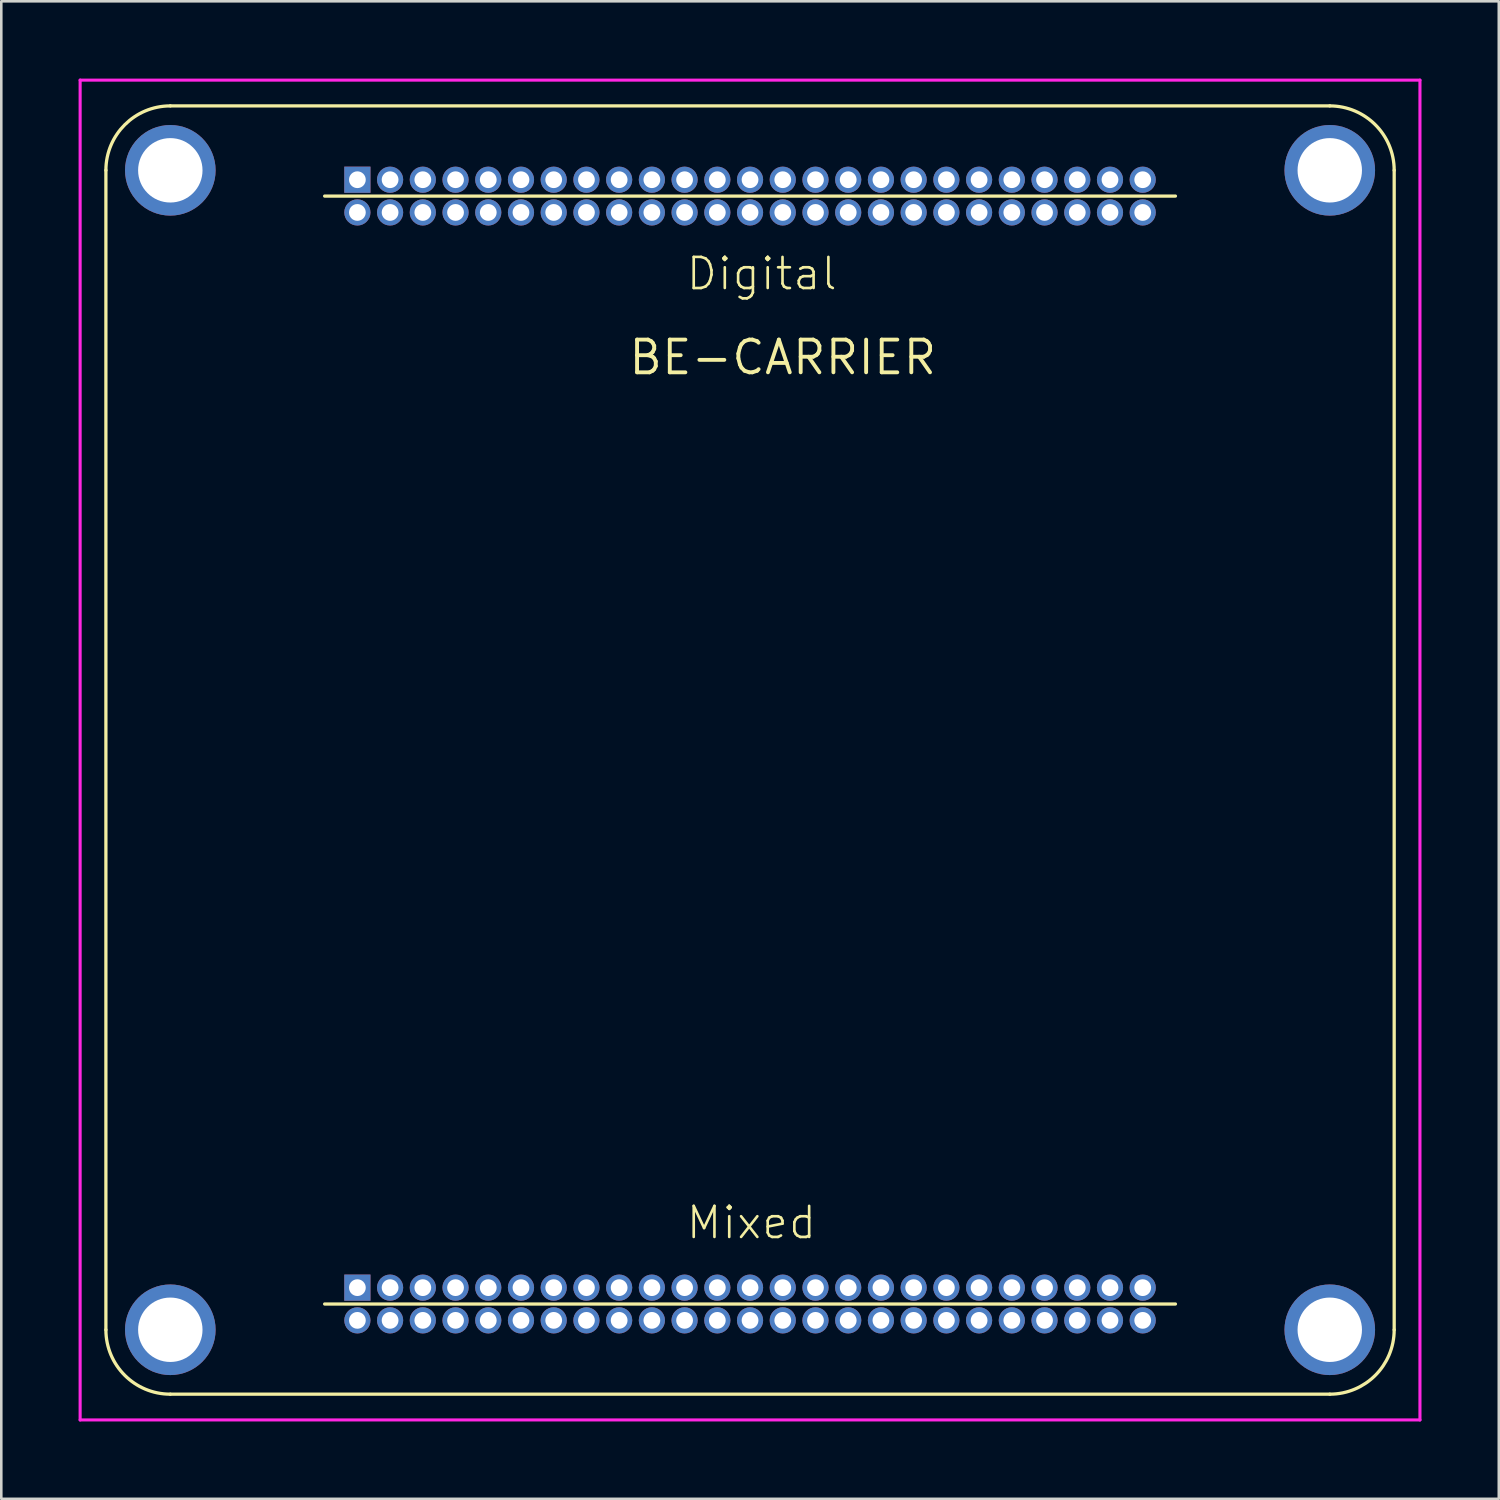
<source format=kicad_pcb>
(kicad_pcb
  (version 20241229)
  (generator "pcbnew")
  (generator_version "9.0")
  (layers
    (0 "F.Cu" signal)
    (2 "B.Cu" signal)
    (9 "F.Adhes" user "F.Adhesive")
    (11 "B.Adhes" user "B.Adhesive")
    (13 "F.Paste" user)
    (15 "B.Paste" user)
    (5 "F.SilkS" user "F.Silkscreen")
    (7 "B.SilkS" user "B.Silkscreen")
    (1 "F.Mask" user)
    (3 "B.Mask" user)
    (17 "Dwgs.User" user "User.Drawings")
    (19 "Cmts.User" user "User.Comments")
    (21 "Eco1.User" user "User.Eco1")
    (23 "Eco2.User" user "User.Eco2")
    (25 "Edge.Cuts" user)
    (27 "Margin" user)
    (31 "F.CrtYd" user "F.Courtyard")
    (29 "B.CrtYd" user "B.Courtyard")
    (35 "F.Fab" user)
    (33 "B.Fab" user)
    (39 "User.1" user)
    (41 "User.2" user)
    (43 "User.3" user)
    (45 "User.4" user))
  (footprint "BE-CARRIER"
    (layer "F.Cu")
    (at 10.82 3.835)
    (property "Reference" "BE-CARRIER" (at 16.51 6.985 0) (layer "F.SilkS") (effects (font (size 1.27 1.27) (thickness 0.15))))
    (attr through_hole)
    (fp_line (start -9.76 44.725) (end -9.76 -0.275) (stroke (width 0.127) (type solid)) (layer "F.SilkS"))
    (fp_line (start -7.26 -2.775) (end 37.74 -2.775) (stroke (width 0.127) (type solid)) (layer "F.SilkS"))
    (fp_line (start -1.27 0.725) (end 31.75 0.725) (stroke (width 0.127) (type solid)) (layer "F.SilkS"))
    (fp_line (start -1.27 43.725) (end 31.75 43.725) (stroke (width 0.127) (type solid)) (layer "F.SilkS"))
    (fp_line (start 37.74 47.225) (end -7.26 47.225) (stroke (width 0.127) (type solid)) (layer "F.SilkS"))
    (fp_line (start 40.24 -0.275) (end 40.24 44.725) (stroke (width 0.127) (type solid)) (layer "F.SilkS"))
    (fp_arc (start -9.76 -0.275) (mid -9.027767 -2.042767) (end -7.26 -2.775) (stroke (width 0.127) (type solid)) (layer "F.SilkS"))
    (fp_arc (start -7.26 47.225) (mid -9.027767 46.492767) (end -9.76 44.725) (stroke (width 0.127) (type solid)) (layer "F.SilkS"))
    (fp_arc (start 37.74 -2.775) (mid 39.507767 -2.042767) (end 40.24 -0.275) (stroke (width 0.127) (type solid)) (layer "F.SilkS"))
    (fp_arc (start 40.24 44.725) (mid 39.507767 46.492767) (end 37.74 47.225) (stroke (width 0.127) (type solid)) (layer "F.SilkS"))
    (fp_line (start -10.76 -3.775) (end -10.76 48.225) (stroke (width 0.12) (type solid)) (layer "F.CrtYd"))
    (fp_line (start -10.76 48.225) (end 41.24 48.225) (stroke (width 0.12) (type solid)) (layer "F.CrtYd"))
    (fp_line (start 41.24 -3.775) (end -10.76 -3.775) (stroke (width 0.12) (type solid)) (layer "F.CrtYd"))
    (fp_line (start 41.24 48.225) (end 41.24 -3.775) (stroke (width 0.12) (type solid)) (layer "F.CrtYd"))
    (fp_text user "Digital" (at 12.7 4.445 0) (layer "F.SilkS") (effects (font (size 1.206 1.206) (thickness 0.102)) (justify left bottom)))
    (fp_text user "Mixed" (at 12.7 41.275 0) (layer "F.SilkS") (effects (font (size 1.206 1.206) (thickness 0.102)) (justify left bottom)))
    (pad "1" thru_hole rect (at 0 0.09) (size 1.016 1.016) (drill 0.65) (layers "*.Cu" "*.Mask"))
    (pad "2" thru_hole circle (at 1.27 0.09) (size 1.016 1.016) (drill 0.65) (layers "*.Cu" "*.Mask"))
    (pad "3" thru_hole circle (at 2.54 0.09) (size 1.016 1.016) (drill 0.65) (layers "*.Cu" "*.Mask"))
    (pad "4" thru_hole circle (at 3.81 0.09) (size 1.016 1.016) (drill 0.65) (layers "*.Cu" "*.Mask"))
    (pad "5" thru_hole circle (at 5.08 0.09) (size 1.016 1.016) (drill 0.65) (layers "*.Cu" "*.Mask"))
    (pad "6" thru_hole circle (at 6.35 0.09) (size 1.016 1.016) (drill 0.65) (layers "*.Cu" "*.Mask"))
    (pad "7" thru_hole circle (at 7.62 0.09) (size 1.016 1.016) (drill 0.65) (layers "*.Cu" "*.Mask"))
    (pad "8" thru_hole circle (at 8.89 0.09) (size 1.016 1.016) (drill 0.65) (layers "*.Cu" "*.Mask"))
    (pad "9" thru_hole circle (at 10.16 0.09) (size 1.016 1.016) (drill 0.65) (layers "*.Cu" "*.Mask"))
    (pad "10" thru_hole circle (at 11.43 0.09) (size 1.016 1.016) (drill 0.65) (layers "*.Cu" "*.Mask"))
    (pad "11" thru_hole circle (at 12.7 0.09) (size 1.016 1.016) (drill 0.65) (layers "*.Cu" "*.Mask"))
    (pad "12" thru_hole circle (at 13.97 0.09) (size 1.016 1.016) (drill 0.65) (layers "*.Cu" "*.Mask"))
    (pad "13" thru_hole circle (at 15.24 0.09) (size 1.016 1.016) (drill 0.65) (layers "*.Cu" "*.Mask"))
    (pad "14" thru_hole circle (at 16.51 0.09) (size 1.016 1.016) (drill 0.65) (layers "*.Cu" "*.Mask"))
    (pad "15" thru_hole circle (at 17.78 0.09) (size 1.016 1.016) (drill 0.65) (layers "*.Cu" "*.Mask"))
    (pad "16" thru_hole circle (at 19.05 0.09) (size 1.016 1.016) (drill 0.65) (layers "*.Cu" "*.Mask"))
    (pad "17" thru_hole circle (at 20.32 0.09) (size 1.016 1.016) (drill 0.65) (layers "*.Cu" "*.Mask"))
    (pad "18" thru_hole circle (at 21.59 0.09) (size 1.016 1.016) (drill 0.65) (layers "*.Cu" "*.Mask"))
    (pad "19" thru_hole circle (at 22.86 0.09) (size 1.016 1.016) (drill 0.65) (layers "*.Cu" "*.Mask"))
    (pad "20" thru_hole circle (at 24.13 0.09) (size 1.016 1.016) (drill 0.65) (layers "*.Cu" "*.Mask"))
    (pad "21" thru_hole circle (at 25.4 0.09) (size 1.016 1.016) (drill 0.65) (layers "*.Cu" "*.Mask"))
    (pad "22" thru_hole circle (at 26.67 0.09) (size 1.016 1.016) (drill 0.65) (layers "*.Cu" "*.Mask"))
    (pad "23" thru_hole circle (at 27.94 0.09) (size 1.016 1.016) (drill 0.65) (layers "*.Cu" "*.Mask"))
    (pad "24" thru_hole circle (at 29.21 0.09) (size 1.016 1.016) (drill 0.65) (layers "*.Cu" "*.Mask"))
    (pad "25" thru_hole circle (at 30.48 0.09) (size 1.016 1.016) (drill 0.65) (layers "*.Cu" "*.Mask"))
    (pad "26" thru_hole circle (at 0 1.36) (size 1.016 1.016) (drill 0.65) (layers "*.Cu" "*.Mask"))
    (pad "27" thru_hole circle (at 1.27 1.36) (size 1.016 1.016) (drill 0.65) (layers "*.Cu" "*.Mask"))
    (pad "28" thru_hole circle (at 2.54 1.36) (size 1.016 1.016) (drill 0.65) (layers "*.Cu" "*.Mask"))
    (pad "29" thru_hole circle (at 3.81 1.36) (size 1.016 1.016) (drill 0.65) (layers "*.Cu" "*.Mask"))
    (pad "30" thru_hole circle (at 5.08 1.36) (size 1.016 1.016) (drill 0.65) (layers "*.Cu" "*.Mask"))
    (pad "31" thru_hole circle (at 6.35 1.36) (size 1.016 1.016) (drill 0.65) (layers "*.Cu" "*.Mask"))
    (pad "32" thru_hole circle (at 7.62 1.36) (size 1.016 1.016) (drill 0.65) (layers "*.Cu" "*.Mask"))
    (pad "33" thru_hole circle (at 8.89 1.36) (size 1.016 1.016) (drill 0.65) (layers "*.Cu" "*.Mask"))
    (pad "34" thru_hole circle (at 10.16 1.36) (size 1.016 1.016) (drill 0.65) (layers "*.Cu" "*.Mask"))
    (pad "35" thru_hole circle (at 11.43 1.36) (size 1.016 1.016) (drill 0.65) (layers "*.Cu" "*.Mask"))
    (pad "36" thru_hole circle (at 12.7 1.36) (size 1.016 1.016) (drill 0.65) (layers "*.Cu" "*.Mask"))
    (pad "37" thru_hole circle (at 13.97 1.36) (size 1.016 1.016) (drill 0.65) (layers "*.Cu" "*.Mask"))
    (pad "38" thru_hole circle (at 15.24 1.36) (size 1.016 1.016) (drill 0.65) (layers "*.Cu" "*.Mask"))
    (pad "39" thru_hole circle (at 16.51 1.36) (size 1.016 1.016) (drill 0.65) (layers "*.Cu" "*.Mask"))
    (pad "40" thru_hole circle (at 17.78 1.36) (size 1.016 1.016) (drill 0.65) (layers "*.Cu" "*.Mask"))
    (pad "41" thru_hole circle (at 19.05 1.36) (size 1.016 1.016) (drill 0.65) (layers "*.Cu" "*.Mask"))
    (pad "42" thru_hole circle (at 20.32 1.36) (size 1.016 1.016) (drill 0.65) (layers "*.Cu" "*.Mask"))
    (pad "43" thru_hole circle (at 21.59 1.36) (size 1.016 1.016) (drill 0.65) (layers "*.Cu" "*.Mask"))
    (pad "44" thru_hole circle (at 22.86 1.36) (size 1.016 1.016) (drill 0.65) (layers "*.Cu" "*.Mask"))
    (pad "45" thru_hole circle (at 24.13 1.36) (size 1.016 1.016) (drill 0.65) (layers "*.Cu" "*.Mask"))
    (pad "46" thru_hole circle (at 25.4 1.36) (size 1.016 1.016) (drill 0.65) (layers "*.Cu" "*.Mask"))
    (pad "47" thru_hole circle (at 26.67 1.36) (size 1.016 1.016) (drill 0.65) (layers "*.Cu" "*.Mask"))
    (pad "48" thru_hole circle (at 27.94 1.36) (size 1.016 1.016) (drill 0.65) (layers "*.Cu" "*.Mask"))
    (pad "49" thru_hole circle (at 29.21 1.36) (size 1.016 1.016) (drill 0.65) (layers "*.Cu" "*.Mask"))
    (pad "50" thru_hole circle (at 30.48 1.36) (size 1.016 1.016) (drill 0.65) (layers "*.Cu" "*.Mask"))
    (pad "51" thru_hole rect (at 0 43.09) (size 1.016 1.016) (drill 0.65) (layers "*.Cu" "*.Mask"))
    (pad "52" thru_hole circle (at 1.27 43.09) (size 1.016 1.016) (drill 0.65) (layers "*.Cu" "*.Mask"))
    (pad "53" thru_hole circle (at 2.54 43.09) (size 1.016 1.016) (drill 0.65) (layers "*.Cu" "*.Mask"))
    (pad "54" thru_hole circle (at 3.81 43.09) (size 1.016 1.016) (drill 0.65) (layers "*.Cu" "*.Mask"))
    (pad "55" thru_hole circle (at 5.08 43.09) (size 1.016 1.016) (drill 0.65) (layers "*.Cu" "*.Mask"))
    (pad "56" thru_hole circle (at 6.35 43.09) (size 1.016 1.016) (drill 0.65) (layers "*.Cu" "*.Mask"))
    (pad "57" thru_hole circle (at 7.62 43.09) (size 1.016 1.016) (drill 0.65) (layers "*.Cu" "*.Mask"))
    (pad "58" thru_hole circle (at 8.89 43.09) (size 1.016 1.016) (drill 0.65) (layers "*.Cu" "*.Mask"))
    (pad "59" thru_hole circle (at 10.16 43.09) (size 1.016 1.016) (drill 0.65) (layers "*.Cu" "*.Mask"))
    (pad "60" thru_hole circle (at 11.43 43.09) (size 1.016 1.016) (drill 0.65) (layers "*.Cu" "*.Mask"))
    (pad "61" thru_hole circle (at 12.7 43.09) (size 1.016 1.016) (drill 0.65) (layers "*.Cu" "*.Mask"))
    (pad "62" thru_hole circle (at 13.97 43.09) (size 1.016 1.016) (drill 0.65) (layers "*.Cu" "*.Mask"))
    (pad "63" thru_hole circle (at 15.24 43.09) (size 1.016 1.016) (drill 0.65) (layers "*.Cu" "*.Mask"))
    (pad "64" thru_hole circle (at 16.51 43.09) (size 1.016 1.016) (drill 0.65) (layers "*.Cu" "*.Mask"))
    (pad "65" thru_hole circle (at 17.78 43.09) (size 1.016 1.016) (drill 0.65) (layers "*.Cu" "*.Mask"))
    (pad "66" thru_hole circle (at 19.05 43.09) (size 1.016 1.016) (drill 0.65) (layers "*.Cu" "*.Mask"))
    (pad "67" thru_hole circle (at 20.32 43.09) (size 1.016 1.016) (drill 0.65) (layers "*.Cu" "*.Mask"))
    (pad "68" thru_hole circle (at 21.59 43.09) (size 1.016 1.016) (drill 0.65) (layers "*.Cu" "*.Mask"))
    (pad "69" thru_hole circle (at 22.86 43.09) (size 1.016 1.016) (drill 0.65) (layers "*.Cu" "*.Mask"))
    (pad "70" thru_hole circle (at 24.13 43.09) (size 1.016 1.016) (drill 0.65) (layers "*.Cu" "*.Mask"))
    (pad "71" thru_hole circle (at 25.4 43.09) (size 1.016 1.016) (drill 0.65) (layers "*.Cu" "*.Mask"))
    (pad "72" thru_hole circle (at 26.67 43.09) (size 1.016 1.016) (drill 0.65) (layers "*.Cu" "*.Mask"))
    (pad "73" thru_hole circle (at 27.94 43.09) (size 1.016 1.016) (drill 0.65) (layers "*.Cu" "*.Mask"))
    (pad "74" thru_hole circle (at 29.21 43.09) (size 1.016 1.016) (drill 0.65) (layers "*.Cu" "*.Mask"))
    (pad "75" thru_hole circle (at 30.48 43.09) (size 1.016 1.016) (drill 0.65) (layers "*.Cu" "*.Mask"))
    (pad "76" thru_hole circle (at 0 44.36) (size 1.016 1.016) (drill 0.65) (layers "*.Cu" "*.Mask"))
    (pad "77" thru_hole circle (at 1.27 44.36) (size 1.016 1.016) (drill 0.65) (layers "*.Cu" "*.Mask"))
    (pad "78" thru_hole circle (at 2.54 44.36) (size 1.016 1.016) (drill 0.65) (layers "*.Cu" "*.Mask"))
    (pad "79" thru_hole circle (at 3.81 44.36) (size 1.016 1.016) (drill 0.65) (layers "*.Cu" "*.Mask"))
    (pad "80" thru_hole circle (at 5.08 44.36) (size 1.016 1.016) (drill 0.65) (layers "*.Cu" "*.Mask"))
    (pad "81" thru_hole circle (at 6.35 44.36) (size 1.016 1.016) (drill 0.65) (layers "*.Cu" "*.Mask"))
    (pad "82" thru_hole circle (at 7.62 44.36) (size 1.016 1.016) (drill 0.65) (layers "*.Cu" "*.Mask"))
    (pad "83" thru_hole circle (at 8.89 44.36) (size 1.016 1.016) (drill 0.65) (layers "*.Cu" "*.Mask"))
    (pad "84" thru_hole circle (at 10.16 44.36) (size 1.016 1.016) (drill 0.65) (layers "*.Cu" "*.Mask"))
    (pad "85" thru_hole circle (at 11.43 44.36) (size 1.016 1.016) (drill 0.65) (layers "*.Cu" "*.Mask"))
    (pad "86" thru_hole circle (at 12.7 44.36) (size 1.016 1.016) (drill 0.65) (layers "*.Cu" "*.Mask"))
    (pad "87" thru_hole circle (at 13.97 44.36) (size 1.016 1.016) (drill 0.65) (layers "*.Cu" "*.Mask"))
    (pad "88" thru_hole circle (at 15.24 44.36) (size 1.016 1.016) (drill 0.65) (layers "*.Cu" "*.Mask"))
    (pad "89" thru_hole circle (at 16.51 44.36) (size 1.016 1.016) (drill 0.65) (layers "*.Cu" "*.Mask"))
    (pad "90" thru_hole circle (at 17.78 44.36) (size 1.016 1.016) (drill 0.65) (layers "*.Cu" "*.Mask"))
    (pad "91" thru_hole circle (at 19.05 44.36) (size 1.016 1.016) (drill 0.65) (layers "*.Cu" "*.Mask"))
    (pad "92" thru_hole circle (at 20.32 44.36) (size 1.016 1.016) (drill 0.65) (layers "*.Cu" "*.Mask"))
    (pad "93" thru_hole circle (at 21.59 44.36) (size 1.016 1.016) (drill 0.65) (layers "*.Cu" "*.Mask"))
    (pad "94" thru_hole circle (at 22.86 44.36) (size 1.016 1.016) (drill 0.65) (layers "*.Cu" "*.Mask"))
    (pad "95" thru_hole circle (at 24.13 44.36) (size 1.016 1.016) (drill 0.65) (layers "*.Cu" "*.Mask"))
    (pad "96" thru_hole circle (at 25.4 44.36) (size 1.016 1.016) (drill 0.65) (layers "*.Cu" "*.Mask"))
    (pad "97" thru_hole circle (at 26.67 44.36) (size 1.016 1.016) (drill 0.65) (layers "*.Cu" "*.Mask"))
    (pad "98" thru_hole circle (at 27.94 44.36) (size 1.016 1.016) (drill 0.65) (layers "*.Cu" "*.Mask"))
    (pad "99" thru_hole circle (at 29.21 44.36) (size 1.016 1.016) (drill 0.65) (layers "*.Cu" "*.Mask"))
    (pad "100" thru_hole circle (at 30.48 44.36) (size 1.016 1.016) (drill 0.65) (layers "*.Cu" "*.Mask"))
    (pad "101" thru_hole circle (at -7.26 -0.275) (size 3.516 3.516) (drill 2.5) (layers "*.Cu" "*.Mask"))
    (pad "102" thru_hole circle (at 37.74 -0.275) (size 3.516 3.516) (drill 2.5) (layers "*.Cu" "*.Mask"))
    (pad "103" thru_hole circle (at -7.26 44.725) (size 3.516 3.516) (drill 2.5) (layers "*.Cu" "*.Mask"))
    (pad "104" thru_hole circle (at 37.74 44.725) (size 3.516 3.516) (drill 2.5) (layers "*.Cu" "*.Mask")))
  (gr_rect
    (start -3 -3)
    (end 55.12 55.12)
    (stroke (width 0.1) (type default))
    (fill no)
    (layer "Edge.Cuts")))
</source>
